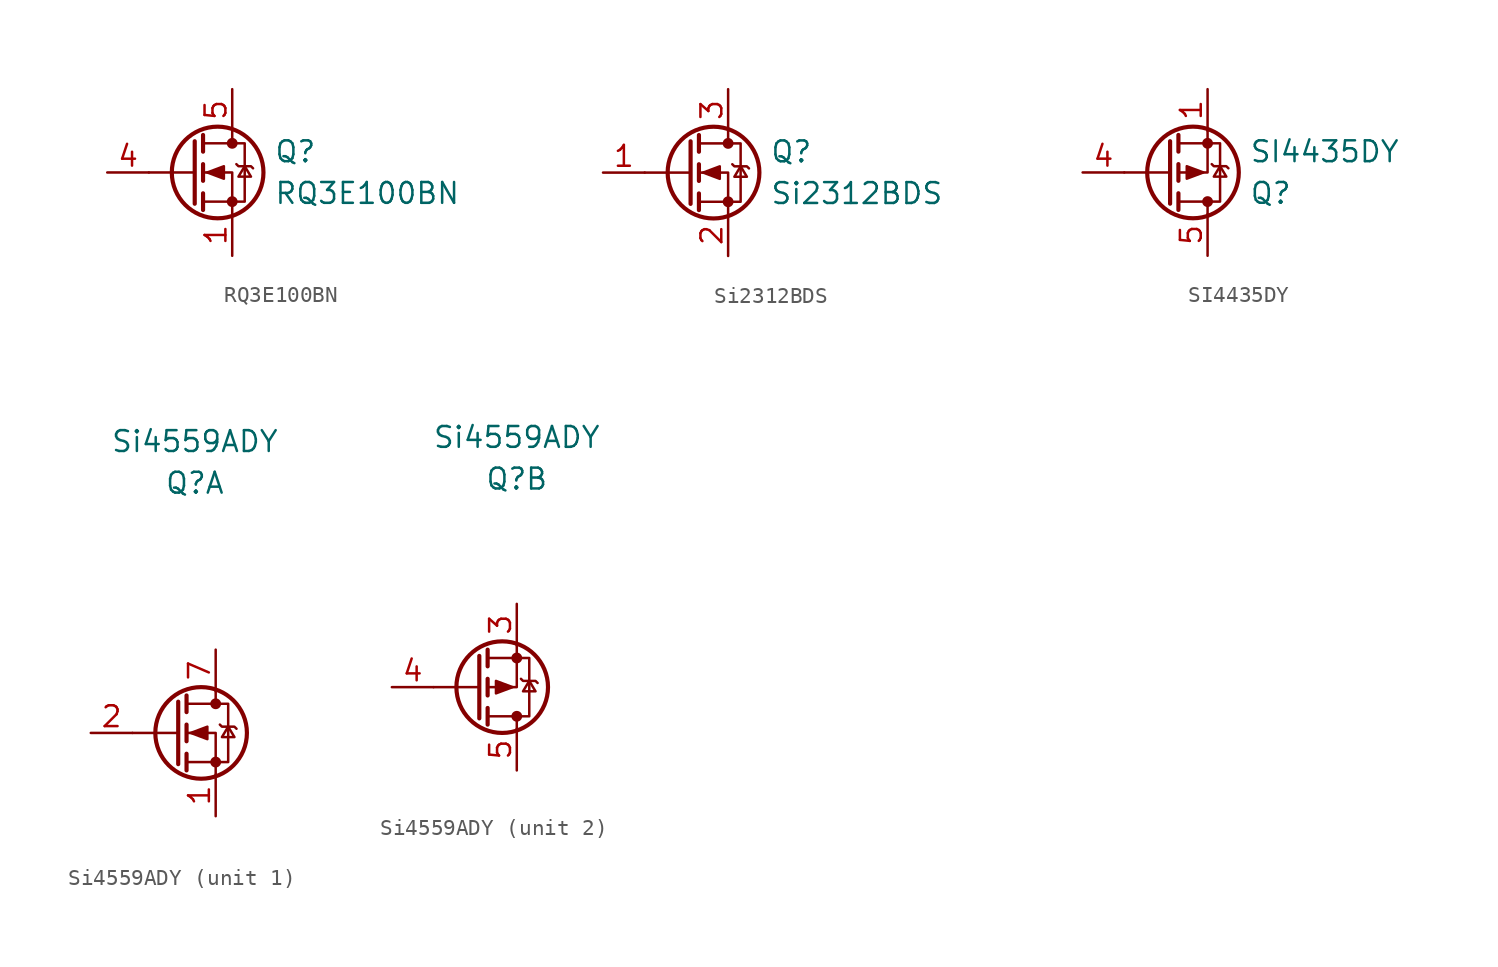
<source format=kicad_sym>
(kicad_symbol_lib
  (version 20211014)
  (generator kicad_symbol_editor)
  (symbol "RQ3E100BN"
    (pin_names
      (offset 0) hide)
    (property "Reference" "Q"
      (at 5.08 1.27 0)
      (effects (font (size 1.27 1.27)) (justify left)))
    (property "Value" "RQ3E100BN"
      (at 5.08 -1.27 0)
      (effects (font (size 1.27 1.27)) (justify left)))
    (symbol "RQ3E100BN_0_1"
      (polyline (pts (xy 0.254 0) (xy -2.54 0)) (stroke (width 0) (type default) (color 0 0 0 0)) (fill (type none)))
      (polyline (pts (xy 0.254 1.905) (xy 0.254 -1.905)) (stroke (width 0.254) (type default) (color 0 0 0 0)) (fill (type none)))
      (polyline (pts (xy 0.762 -1.27) (xy 0.762 -2.286)) (stroke (width 0.254) (type default) (color 0 0 0 0)) (fill (type none)))
      (polyline (pts (xy 0.762 0.508) (xy 0.762 -0.508)) (stroke (width 0.254) (type default) (color 0 0 0 0)) (fill (type none)))
      (polyline (pts (xy 0.762 2.286) (xy 0.762 1.27)) (stroke (width 0.254) (type default) (color 0 0 0 0)) (fill (type none)))
      (polyline (pts (xy 2.54 2.54) (xy 2.54 1.778)) (stroke (width 0) (type default) (color 0 0 0 0)) (fill (type none)))
      (polyline (pts (xy 2.54 -2.54) (xy 2.54 0) (xy 0.762 0)) (stroke (width 0) (type default) (color 0 0 0 0)) (fill (type none)))
      (polyline (pts (xy 0.762 -1.778) (xy 3.302 -1.778) (xy 3.302 1.778) (xy 0.762 1.778)) (stroke (width 0) (type default) (color 0 0 0 0)) (fill (type none)))
      (polyline (pts (xy 1.016 0) (xy 2.032 0.381) (xy 2.032 -0.381) (xy 1.016 0)) (stroke (width 0) (type default) (color 0 0 0 0)) (fill (type outline)))
      (polyline (pts (xy 2.794 0.508) (xy 2.921 0.381) (xy 3.683 0.381) (xy 3.81 0.254)) (stroke (width 0) (type default) (color 0 0 0 0)) (fill (type none)))
      (polyline (pts (xy 3.302 0.381) (xy 2.921 -0.254) (xy 3.683 -0.254) (xy 3.302 0.381)) (stroke (width 0) (type default) (color 0 0 0 0)) (fill (type none)))
      (circle (center 1.651 0) (radius 2.794) (stroke (width 0.254) (type default) (color 0 0 0 0)) (fill (type none)))
      (circle (center 2.54 -1.778) (radius 0.254) (stroke (width 0) (type default) (color 0 0 0 0)) (fill (type outline)))
      (circle (center 2.54 1.778) (radius 0.254) (stroke (width 0) (type default) (color 0 0 0 0)) (fill (type outline))))
    (symbol "RQ3E100BN_1_1"
      (pin passive line (at 2.54 -5.08 90) (length 2.54) (name "S" (effects (font (size 1.27 1.27)))) (number "1" (effects (font (size 1.27 1.27)))))
      (pin passive line (at 2.54 -5.08 90) (length 2.54) hide (name "S" (effects (font (size 1.27 1.27)))) (number "2" (effects (font (size 1.27 1.27)))))
      (pin passive line (at 2.54 -5.08 90) (length 2.54) hide (name "S" (effects (font (size 1.27 1.27)))) (number "3" (effects (font (size 1.27 1.27)))))
      (pin input line (at -5.08 0 0) (length 2.54) (name "G" (effects (font (size 1.27 1.27)))) (number "4" (effects (font (size 1.27 1.27)))))
      (pin passive line (at 2.54 5.08 270) (length 2.54) (name "D" (effects (font (size 1.27 1.27)))) (number "5" (effects (font (size 1.27 1.27)))))))
  (symbol "Si2312BDS"
    (pin_names
      (offset 0) hide)
    (property "Reference" "Q"
      (at 5.08 1.27 0)
      (effects (font (size 1.27 1.27)) (justify left)))
    (property "Value" "Si2312BDS"
      (at 5.08 -1.27 0)
      (effects (font (size 1.27 1.27)) (justify left)))
    (symbol "Si2312BDS_0_1"
      (polyline (pts (xy 0.254 0) (xy -2.54 0)) (stroke (width 0) (type default) (color 0 0 0 0)) (fill (type none)))
      (polyline (pts (xy 0.254 1.905) (xy 0.254 -1.905)) (stroke (width 0.254) (type default) (color 0 0 0 0)) (fill (type none)))
      (polyline (pts (xy 0.762 -1.27) (xy 0.762 -2.286)) (stroke (width 0.254) (type default) (color 0 0 0 0)) (fill (type none)))
      (polyline (pts (xy 0.762 0.508) (xy 0.762 -0.508)) (stroke (width 0.254) (type default) (color 0 0 0 0)) (fill (type none)))
      (polyline (pts (xy 0.762 2.286) (xy 0.762 1.27)) (stroke (width 0.254) (type default) (color 0 0 0 0)) (fill (type none)))
      (polyline (pts (xy 2.54 2.54) (xy 2.54 1.778)) (stroke (width 0) (type default) (color 0 0 0 0)) (fill (type none)))
      (polyline (pts (xy 2.54 -2.54) (xy 2.54 0) (xy 0.762 0)) (stroke (width 0) (type default) (color 0 0 0 0)) (fill (type none)))
      (polyline (pts (xy 0.762 -1.778) (xy 3.302 -1.778) (xy 3.302 1.778) (xy 0.762 1.778)) (stroke (width 0) (type default) (color 0 0 0 0)) (fill (type none)))
      (polyline (pts (xy 1.016 0) (xy 2.032 0.381) (xy 2.032 -0.381) (xy 1.016 0)) (stroke (width 0) (type default) (color 0 0 0 0)) (fill (type outline)))
      (polyline (pts (xy 2.794 0.508) (xy 2.921 0.381) (xy 3.683 0.381) (xy 3.81 0.254)) (stroke (width 0) (type default) (color 0 0 0 0)) (fill (type none)))
      (polyline (pts (xy 3.302 0.381) (xy 2.921 -0.254) (xy 3.683 -0.254) (xy 3.302 0.381)) (stroke (width 0) (type default) (color 0 0 0 0)) (fill (type none)))
      (circle (center 1.651 0) (radius 2.794) (stroke (width 0.254) (type default) (color 0 0 0 0)) (fill (type none)))
      (circle (center 2.54 -1.778) (radius 0.254) (stroke (width 0) (type default) (color 0 0 0 0)) (fill (type outline)))
      (circle (center 2.54 1.778) (radius 0.254) (stroke (width 0) (type default) (color 0 0 0 0)) (fill (type outline))))
    (symbol "Si2312BDS_1_1"
      (pin input line (at -5.08 0 0) (length 2.54) (name "G" (effects (font (size 1.27 1.27)))) (number "1" (effects (font (size 1.27 1.27)))))
      (pin passive line (at 2.54 -5.08 90) (length 2.54) (name "S" (effects (font (size 1.27 1.27)))) (number "2" (effects (font (size 1.27 1.27)))))
      (pin passive line (at 2.54 5.08 270) (length 2.54) (name "D" (effects (font (size 1.27 1.27)))) (number "3" (effects (font (size 1.27 1.27)))))))
  (symbol "SI4435DY"
    (pin_names
      (offset 0) hide)
    (property "Reference" "Q"
      (at 3.81 -1.27 0)
      (effects (font (size 1.27 1.27)) (justify left)))
    (property "Value" "SI4435DY"
      (at 3.81 1.27 0)
      (effects (font (size 1.27 1.27)) (justify left)))
    (symbol "SI4435DY_0_0"
      (pin passive line (at 1.27 -5.08 90) (length 2.54) hide (name "D" (effects (font (size 1.27 1.27)))) (number "6" (effects (font (size 1.27 1.27)))))
      (pin passive line (at 1.27 -5.08 90) (length 2.54) hide (name "D" (effects (font (size 1.27 1.27)))) (number "7" (effects (font (size 1.27 1.27)))))
      (pin passive line (at 1.27 -5.08 90) (length 2.54) hide (name "D" (effects (font (size 1.27 1.27)))) (number "8" (effects (font (size 1.27 1.27))))))
    (symbol "SI4435DY_0_1"
      (polyline (pts (xy -1.016 -1.905) (xy -1.016 1.905)) (stroke (width 0.254) (type default) (color 0 0 0 0)) (fill (type none)))
      (polyline (pts (xy -1.016 0) (xy -3.81 0)) (stroke (width 0) (type default) (color 0 0 0 0)) (fill (type none)))
      (polyline (pts (xy -0.508 -2.286) (xy -0.508 -1.27)) (stroke (width 0.254) (type default) (color 0 0 0 0)) (fill (type none)))
      (polyline (pts (xy -0.508 -0.508) (xy -0.508 0.508)) (stroke (width 0.254) (type default) (color 0 0 0 0)) (fill (type none)))
      (polyline (pts (xy -0.508 1.27) (xy -0.508 2.286)) (stroke (width 0.254) (type default) (color 0 0 0 0)) (fill (type none)))
      (polyline (pts (xy 1.27 -2.54) (xy 1.27 -1.778)) (stroke (width 0) (type default) (color 0 0 0 0)) (fill (type none)))
      (polyline (pts (xy 1.27 2.54) (xy 1.27 0) (xy -0.508 0)) (stroke (width 0) (type default) (color 0 0 0 0)) (fill (type none)))
      (polyline (pts (xy -0.508 -1.778) (xy 2.032 -1.778) (xy 2.032 1.778) (xy -0.508 1.778)) (stroke (width 0) (type default) (color 0 0 0 0)) (fill (type none)))
      (polyline (pts (xy 1.016 0) (xy 0 -0.381) (xy 0 0.381) (xy 1.016 0)) (stroke (width 0) (type default) (color 0 0 0 0)) (fill (type outline)))
      (polyline (pts (xy 1.524 0.508) (xy 1.651 0.381) (xy 2.413 0.381) (xy 2.54 0.254)) (stroke (width 0) (type default) (color 0 0 0 0)) (fill (type none)))
      (polyline (pts (xy 2.032 0.381) (xy 1.651 -0.254) (xy 2.413 -0.254) (xy 2.032 0.381)) (stroke (width 0) (type default) (color 0 0 0 0)) (fill (type none)))
      (circle (center 0.381 0) (radius 2.794) (stroke (width 0.254) (type default) (color 0 0 0 0)) (fill (type none)))
      (circle (center 1.27 -1.778) (radius 0.254) (stroke (width 0) (type default) (color 0 0 0 0)) (fill (type outline)))
      (circle (center 1.27 1.778) (radius 0.254) (stroke (width 0) (type default) (color 0 0 0 0)) (fill (type outline))))
    (symbol "SI4435DY_1_1"
      (pin passive line (at 1.27 5.08 270) (length 2.54) (name "S" (effects (font (size 1.27 1.27)))) (number "1" (effects (font (size 1.27 1.27)))))
      (pin passive line (at 1.27 5.08 270) (length 2.54) hide (name "S" (effects (font (size 1.27 1.27)))) (number "2" (effects (font (size 1.27 1.27)))))
      (pin passive line (at 1.27 5.08 270) (length 2.54) hide (name "S" (effects (font (size 1.27 1.27)))) (number "3" (effects (font (size 1.27 1.27)))))
      (pin passive line (at -6.35 0 0) (length 2.54) (name "G" (effects (font (size 1.27 1.27)))) (number "4" (effects (font (size 1.27 1.27)))))
      (pin passive line (at 1.27 -5.08 90) (length 2.54) (name "D" (effects (font (size 1.27 1.27)))) (number "5" (effects (font (size 1.27 1.27)))))))
  (symbol "Si4559ADY"
    (pin_names
      (offset 1.016) hide)
    (property "Reference" "Q"
      (at 0 0 0)
      (effects (font (size 1.27 1.27))))
    (property "Value" "Si4559ADY"
      (at 0 2.54 0)
      (effects (font (size 1.27 1.27))))
    (property "ki_locked" ""
      (at 0 0 0)
      (effects (font (size 1.27 1.27))))
    (symbol "Si4559ADY_1_1"
      (polyline (pts (xy -1.016 -15.24) (xy -3.81 -15.24)) (stroke (width 0) (type default) (color 0 0 0 0)) (fill (type none)))
      (polyline (pts (xy -1.016 -13.335) (xy -1.016 -17.145)) (stroke (width 0.254) (type default) (color 0 0 0 0)) (fill (type none)))
      (polyline (pts (xy -0.508 -16.51) (xy -0.508 -17.526)) (stroke (width 0.254) (type default) (color 0 0 0 0)) (fill (type none)))
      (polyline (pts (xy -0.508 -14.732) (xy -0.508 -15.748)) (stroke (width 0.254) (type default) (color 0 0 0 0)) (fill (type none)))
      (polyline (pts (xy -0.508 -12.954) (xy -0.508 -13.97)) (stroke (width 0.254) (type default) (color 0 0 0 0)) (fill (type none)))
      (polyline (pts (xy 1.27 -12.7) (xy 1.27 -13.462)) (stroke (width 0) (type default) (color 0 0 0 0)) (fill (type none)))
      (polyline (pts (xy 1.27 -17.78) (xy 1.27 -15.24) (xy -0.508 -15.24)) (stroke (width 0) (type default) (color 0 0 0 0)) (fill (type none)))
      (polyline (pts (xy -0.508 -17.018) (xy 2.032 -17.018) (xy 2.032 -13.462) (xy -0.508 -13.462)) (stroke (width 0) (type default) (color 0 0 0 0)) (fill (type none)))
      (polyline (pts (xy -0.254 -15.24) (xy 0.762 -14.859) (xy 0.762 -15.621) (xy -0.254 -15.24)) (stroke (width 0) (type default) (color 0 0 0 0)) (fill (type outline)))
      (polyline (pts (xy 1.524 -14.732) (xy 1.651 -14.859) (xy 2.413 -14.859) (xy 2.54 -14.986)) (stroke (width 0) (type default) (color 0 0 0 0)) (fill (type none)))
      (polyline (pts (xy 2.032 -14.859) (xy 1.651 -15.494) (xy 2.413 -15.494) (xy 2.032 -14.859)) (stroke (width 0) (type default) (color 0 0 0 0)) (fill (type none)))
      (circle (center 0.381 -15.24) (radius 2.794) (stroke (width 0.254) (type default) (color 0 0 0 0)) (fill (type none)))
      (circle (center 1.27 -17.018) (radius 0.254) (stroke (width 0) (type default) (color 0 0 0 0)) (fill (type outline)))
      (circle (center 1.27 -13.462) (radius 0.254) (stroke (width 0) (type default) (color 0 0 0 0)) (fill (type outline)))
      (pin passive line (at 1.27 -20.32 90) (length 2.54) (name "S1" (effects (font (size 1.27 1.27)))) (number "1" (effects (font (size 1.27 1.27)))))
      (pin passive line (at -6.35 -15.24 0) (length 2.54) (name "G1" (effects (font (size 1.27 1.27)))) (number "2" (effects (font (size 1.27 1.27)))))
      (pin passive line (at 1.27 -10.16 270) (length 2.54) (name "D1" (effects (font (size 1.27 1.27)))) (number "7" (effects (font (size 1.27 1.27)))))
      (pin passive line (at 1.27 -10.16 270) (length 2.54) hide (name "D1" (effects (font (size 1.27 1.27)))) (number "8" (effects (font (size 1.27 1.27))))))
    (symbol "Si4559ADY_2_1"
      (circle (center -0.889 -12.7) (radius 2.794) (stroke (width 0.254) (type default) (color 0 0 0 0)) (fill (type none)))
      (circle (center 0 -14.478) (radius 0.254) (stroke (width 0) (type default) (color 0 0 0 0)) (fill (type outline)))
      (circle (center 0 -10.922) (radius 0.254) (stroke (width 0) (type default) (color 0 0 0 0)) (fill (type outline)))
      (polyline (pts (xy -2.286 -14.605) (xy -2.286 -10.795)) (stroke (width 0.254) (type default) (color 0 0 0 0)) (fill (type none)))
      (polyline (pts (xy -2.286 -12.7) (xy -5.08 -12.7)) (stroke (width 0) (type default) (color 0 0 0 0)) (fill (type none)))
      (polyline (pts (xy -1.778 -14.986) (xy -1.778 -13.97)) (stroke (width 0.254) (type default) (color 0 0 0 0)) (fill (type none)))
      (polyline (pts (xy -1.778 -13.208) (xy -1.778 -12.192)) (stroke (width 0.254) (type default) (color 0 0 0 0)) (fill (type none)))
      (polyline (pts (xy -1.778 -11.43) (xy -1.778 -10.414)) (stroke (width 0.254) (type default) (color 0 0 0 0)) (fill (type none)))
      (polyline (pts (xy 0 -15.24) (xy 0 -14.478)) (stroke (width 0) (type default) (color 0 0 0 0)) (fill (type none)))
      (polyline (pts (xy 0 -10.16) (xy 0 -12.7) (xy -1.778 -12.7)) (stroke (width 0) (type default) (color 0 0 0 0)) (fill (type none)))
      (polyline (pts (xy -1.778 -14.478) (xy 0.762 -14.478) (xy 0.762 -10.922) (xy -1.778 -10.922)) (stroke (width 0) (type default) (color 0 0 0 0)) (fill (type none)))
      (polyline (pts (xy -0.254 -12.7) (xy -1.27 -13.081) (xy -1.27 -12.319) (xy -0.254 -12.7)) (stroke (width 0) (type default) (color 0 0 0 0)) (fill (type outline)))
      (polyline (pts (xy 0.254 -12.192) (xy 0.381 -12.319) (xy 1.143 -12.319) (xy 1.27 -12.446)) (stroke (width 0) (type default) (color 0 0 0 0)) (fill (type none)))
      (polyline (pts (xy 0.762 -12.319) (xy 0.381 -12.954) (xy 1.143 -12.954) (xy 0.762 -12.319)) (stroke (width 0) (type default) (color 0 0 0 0)) (fill (type none)))
      (pin passive line (at 0 -7.62 270) (length 2.54) (name "S2" (effects (font (size 1.27 1.27)))) (number "3" (effects (font (size 1.27 1.27)))))
      (pin passive line (at -7.62 -12.7 0) (length 2.54) (name "G2" (effects (font (size 1.27 1.27)))) (number "4" (effects (font (size 1.27 1.27)))))
      (pin passive line (at 0 -17.78 90) (length 2.54) (name "D2" (effects (font (size 1.27 1.27)))) (number "5" (effects (font (size 1.27 1.27)))))
      (pin passive line (at 0 -17.78 90) (length 2.54) hide (name "D2" (effects (font (size 1.27 1.27)))) (number "6" (effects (font (size 1.27 1.27))))))))
</source>
